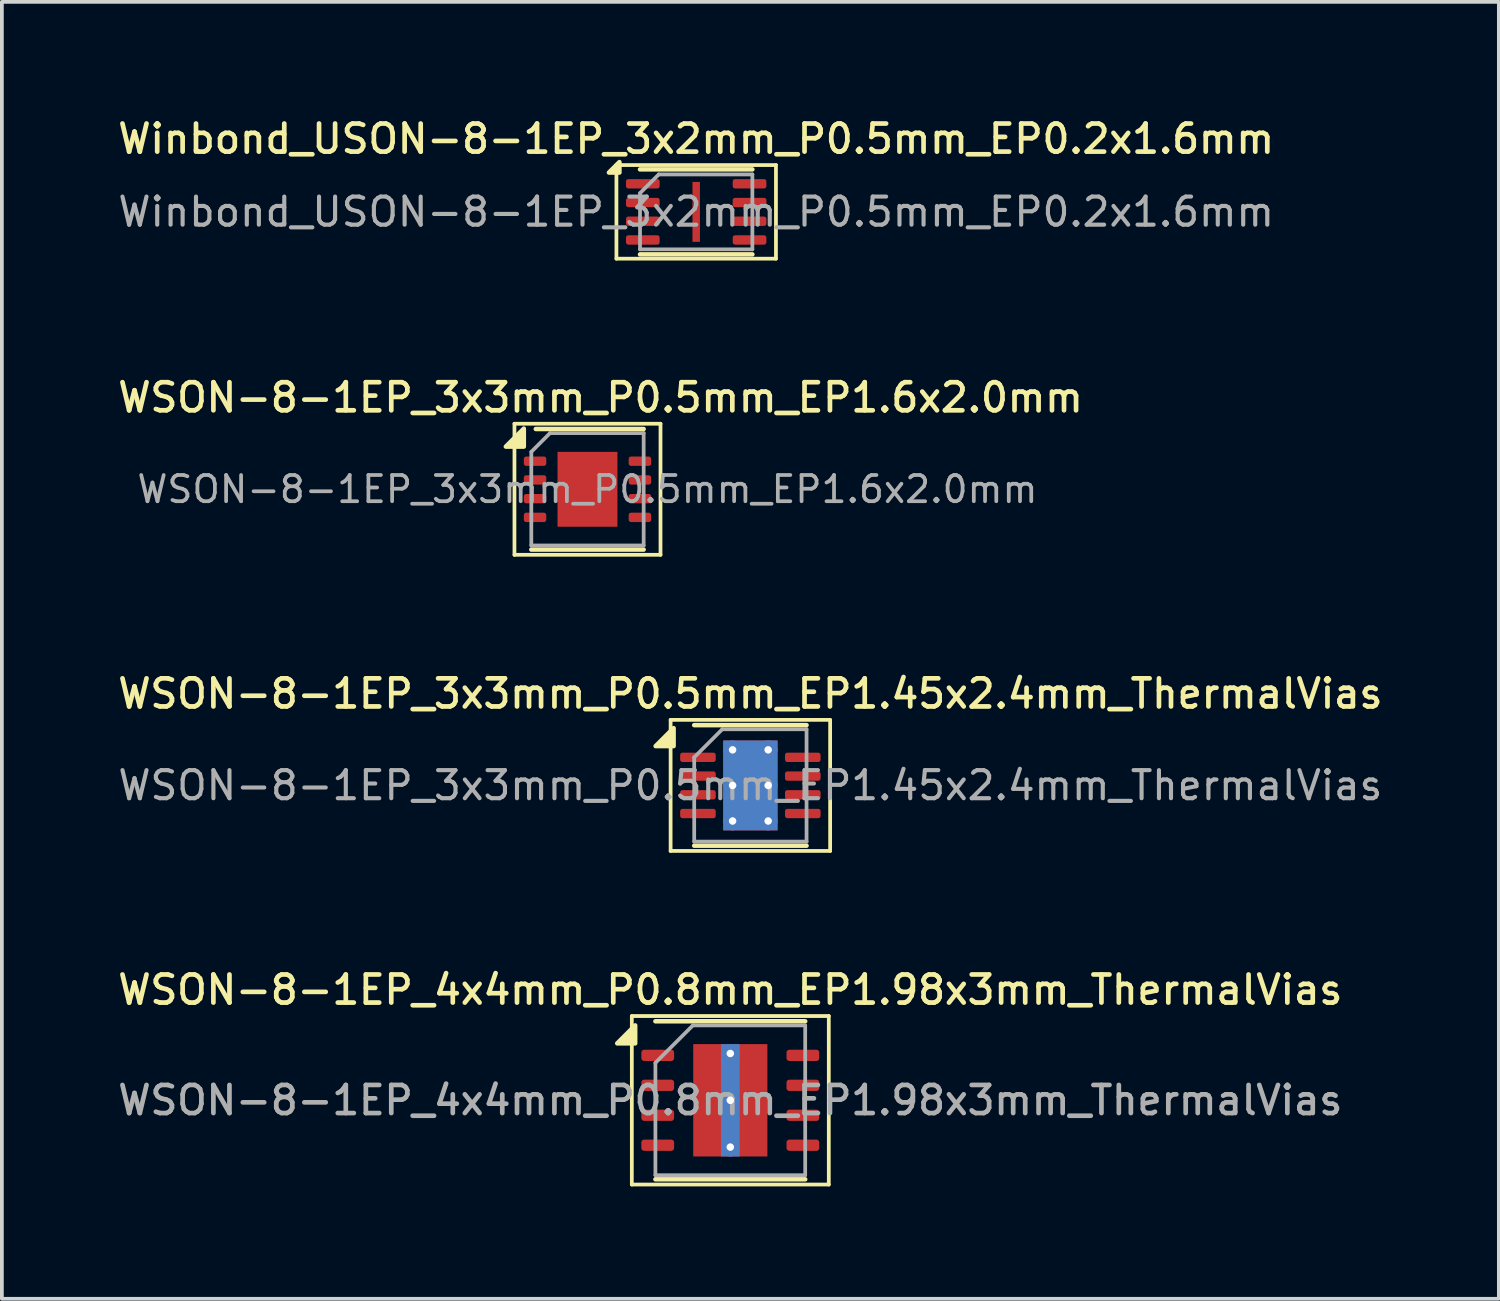
<source format=kicad_pcb>
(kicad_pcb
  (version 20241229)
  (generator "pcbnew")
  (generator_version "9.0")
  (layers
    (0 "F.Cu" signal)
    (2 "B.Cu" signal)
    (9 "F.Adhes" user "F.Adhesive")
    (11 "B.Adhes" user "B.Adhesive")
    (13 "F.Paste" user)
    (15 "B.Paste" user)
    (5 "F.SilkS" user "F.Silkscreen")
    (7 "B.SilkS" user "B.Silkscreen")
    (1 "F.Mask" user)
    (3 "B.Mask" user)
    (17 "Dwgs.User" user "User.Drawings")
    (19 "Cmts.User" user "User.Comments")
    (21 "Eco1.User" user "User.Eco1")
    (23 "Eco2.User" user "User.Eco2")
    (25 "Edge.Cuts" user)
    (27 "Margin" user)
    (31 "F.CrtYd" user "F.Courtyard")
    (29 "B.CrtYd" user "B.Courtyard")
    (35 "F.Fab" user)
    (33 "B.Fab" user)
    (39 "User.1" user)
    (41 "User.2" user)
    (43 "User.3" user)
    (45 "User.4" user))
  (footprint "WSON-8-1EP_3x3mm_P0.5mm_EP1.6x2.0mm"
    (layer "F.Cu")
    (at 12.638 10.016)
    (property "Reference" "WSON-8-1EP_3x3mm_P0.5mm_EP1.6x2.0mm" (at 0.35 -2.45 0) (layer "F.SilkS") (effects (font (size 0.75 0.75) (thickness 0.125))))
    (attr smd)
    (fp_line (start -1.95 -1.75) (end -1.95 1.75) (stroke (width 0.1) (type solid)) (layer "F.SilkS"))
    (fp_line (start -1.95 -1.75) (end 1.95 -1.75) (stroke (width 0.1) (type solid)) (layer "F.SilkS"))
    (fp_line (start -1.95 1.75) (end 1.95 1.75) (stroke (width 0.1) (type solid)) (layer "F.SilkS"))
    (fp_line (start -1.5 1.61) (end 1.5 1.61) (stroke (width 0.12) (type solid)) (layer "F.SilkS"))
    (fp_line (start -1.38 -1.61) (end 1.5 -1.61) (stroke (width 0.12) (type solid)) (layer "F.SilkS"))
    (fp_line (start 1.95 -1.75) (end 1.95 1.75) (stroke (width 0.1) (type solid)) (layer "F.SilkS"))
    (fp_poly (pts (xy -1.7 -1.14) (xy -2.18 -1.14) (xy -1.7 -1.62) (xy -1.7 -1.14)) (stroke (width 0.12) (type solid)) (fill yes) (layer "F.SilkS"))
    (fp_line (start -1.5 1.5) (end -1.5 -1) (stroke (width 0.1) (type solid)) (layer "F.Fab"))
    (fp_line (start -1 -1.5) (end -1.5 -1) (stroke (width 0.1) (type solid)) (layer "F.Fab"))
    (fp_line (start -1 -1.5) (end 1.5 -1.5) (stroke (width 0.1) (type solid)) (layer "F.Fab"))
    (fp_line (start 1.5 -1.5) (end 1.5 1.5) (stroke (width 0.1) (type solid)) (layer "F.Fab"))
    (fp_line (start 1.5 1.5) (end -1.5 1.5) (stroke (width 0.1) (type solid)) (layer "F.Fab"))
    (fp_text user "${REFERENCE}" (at 0 0 0) (layer "F.Fab") (effects (font (size 0.7 0.7) (thickness 0.1))))
    (pad "" smd rect (at -0.45 -0.55) (size 0.6 0.8) (layers "F.Paste"))
    (pad "" smd rect (at -0.45 0.55) (size 0.6 0.8) (layers "F.Paste"))
    (pad "" smd rect (at 0.45 -0.55) (size 0.6 0.8) (layers "F.Paste"))
    (pad "" smd rect (at 0.45 0.55) (size 0.6 0.8) (layers "F.Paste"))
    (pad "1" smd roundrect (at -1.4 -0.75) (size 0.6 0.25) (layers "F.Cu" "F.Mask" "F.Paste") (roundrect_rratio 0.25))
    (pad "2" smd roundrect (at -1.4 -0.25) (size 0.6 0.25) (layers "F.Cu" "F.Mask" "F.Paste") (roundrect_rratio 0.25))
    (pad "3" smd roundrect (at -1.4 0.25) (size 0.6 0.25) (layers "F.Cu" "F.Mask" "F.Paste") (roundrect_rratio 0.25))
    (pad "4" smd roundrect (at -1.4 0.75) (size 0.6 0.25) (layers "F.Cu" "F.Mask" "F.Paste") (roundrect_rratio 0.25))
    (pad "5" smd roundrect (at 1.4 0.75) (size 0.6 0.25) (layers "F.Cu" "F.Mask" "F.Paste") (roundrect_rratio 0.25))
    (pad "6" smd roundrect (at 1.4 0.25) (size 0.6 0.25) (layers "F.Cu" "F.Mask" "F.Paste") (roundrect_rratio 0.25))
    (pad "7" smd roundrect (at 1.4 -0.25) (size 0.6 0.25) (layers "F.Cu" "F.Mask" "F.Paste") (roundrect_rratio 0.25))
    (pad "8" smd roundrect (at 1.4 -0.75) (size 0.6 0.25) (layers "F.Cu" "F.Mask" "F.Paste") (roundrect_rratio 0.25))
    (pad "9" smd rect (at 0 0) (size 1.6 2) (layers "F.Cu" "F.Mask")))
  (footprint "WSON-8-1EP_3x3mm_P0.5mm_EP1.45x2.4mm_ThermalVias"
    (layer "F.Cu")
    (at 16.988 17.924)
    (property "Reference" "WSON-8-1EP_3x3mm_P0.5mm_EP1.45x2.4mm_ThermalVias" (at 0 -2.45 0) (layer "F.SilkS") (effects (font (size 0.75 0.75) (thickness 0.125))))
    (attr smd)
    (fp_line (start -2.13 -1.75) (end -2.13 1.75) (stroke (width 0.1) (type solid)) (layer "F.SilkS"))
    (fp_line (start -2.13 1.75) (end 2.13 1.75) (stroke (width 0.1) (type solid)) (layer "F.SilkS"))
    (fp_line (start -1.5 -1.61) (end 1.5 -1.61) (stroke (width 0.12) (type solid)) (layer "F.SilkS"))
    (fp_line (start -1.5 1.61) (end 1.5 1.61) (stroke (width 0.12) (type solid)) (layer "F.SilkS"))
    (fp_line (start 2.13 -1.75) (end -2.13 -1.75) (stroke (width 0.1) (type solid)) (layer "F.SilkS"))
    (fp_line (start 2.13 1.75) (end 2.13 -1.75) (stroke (width 0.1) (type solid)) (layer "F.SilkS"))
    (fp_poly (pts (xy -2.05 -1.05) (xy -2.53 -1.05) (xy -2.05 -1.53) (xy -2.05 -1.05)) (stroke (width 0.12) (type solid)) (fill yes) (layer "F.SilkS"))
    (fp_line (start -1.5 -0.75) (end -0.75 -1.5) (stroke (width 0.1) (type solid)) (layer "F.Fab"))
    (fp_line (start -1.5 1.5) (end -1.5 -0.75) (stroke (width 0.1) (type solid)) (layer "F.Fab"))
    (fp_line (start -0.75 -1.5) (end 1.5 -1.5) (stroke (width 0.1) (type solid)) (layer "F.Fab"))
    (fp_line (start 1.5 -1.5) (end 1.5 1.5) (stroke (width 0.1) (type solid)) (layer "F.Fab"))
    (fp_line (start 1.5 1.5) (end -1.5 1.5) (stroke (width 0.1) (type solid)) (layer "F.Fab"))
    (fp_text user "${REFERENCE}" (at 0 0 0) (layer "F.Fab") (effects (font (size 0.75 0.75) (thickness 0.11))))
    (pad "" smd roundrect (at 0 -0.6) (size 1.26 1.04) (layers "F.Paste") (roundrect_rratio 0.24))
    (pad "" smd roundrect (at 0 0.6) (size 1.26 1.04) (layers "F.Paste") (roundrect_rratio 0.24))
    (pad "1" smd roundrect (at -1.4 -0.75) (size 0.95 0.25) (layers "F.Cu" "F.Mask" "F.Paste") (roundrect_rratio 0.25))
    (pad "2" smd roundrect (at -1.4 -0.25) (size 0.95 0.25) (layers "F.Cu" "F.Mask" "F.Paste") (roundrect_rratio 0.25))
    (pad "3" smd roundrect (at -1.4 0.25) (size 0.95 0.25) (layers "F.Cu" "F.Mask" "F.Paste") (roundrect_rratio 0.25))
    (pad "4" smd roundrect (at -1.4 0.75) (size 0.95 0.25) (layers "F.Cu" "F.Mask" "F.Paste") (roundrect_rratio 0.25))
    (pad "5" smd roundrect (at 1.4 0.75) (size 0.95 0.25) (layers "F.Cu" "F.Mask" "F.Paste") (roundrect_rratio 0.25))
    (pad "6" smd roundrect (at 1.4 0.25) (size 0.95 0.25) (layers "F.Cu" "F.Mask" "F.Paste") (roundrect_rratio 0.25))
    (pad "7" smd roundrect (at 1.4 -0.25) (size 0.95 0.25) (layers "F.Cu" "F.Mask" "F.Paste") (roundrect_rratio 0.25))
    (pad "8" smd roundrect (at 1.4 -0.75) (size 0.95 0.25) (layers "F.Cu" "F.Mask" "F.Paste") (roundrect_rratio 0.25))
    (pad "9" thru_hole circle (at -0.475 -0.95) (size 0.5 0.5) (drill 0.2) (property pad_prop_heatsink) (layers "*.Cu"))
    (pad "9" thru_hole circle (at -0.475 0) (size 0.5 0.5) (drill 0.2) (property pad_prop_heatsink) (layers "*.Cu"))
    (pad "9" thru_hole circle (at -0.475 0.95) (size 0.5 0.5) (drill 0.2) (property pad_prop_heatsink) (layers "*.Cu"))
    (pad "9" smd rect (at 0 0) (size 1.45 2.4) (property pad_prop_heatsink) (layers "F.Cu" "F.Mask"))
    (pad "9" smd rect (at 0 0) (size 1.45 2.4) (property pad_prop_heatsink) (layers "B.Cu"))
    (pad "9" thru_hole circle (at 0.475 -0.95) (size 0.5 0.5) (drill 0.2) (property pad_prop_heatsink) (layers "*.Cu"))
    (pad "9" thru_hole circle (at 0.475 0) (size 0.5 0.5) (drill 0.2) (property pad_prop_heatsink) (layers "*.Cu"))
    (pad "9" thru_hole circle (at 0.475 0.95) (size 0.5 0.5) (drill 0.2) (property pad_prop_heatsink) (layers "*.Cu")))
  (footprint "Winbond_USON-8-1EP_3x2mm_P0.5mm_EP0.2x1.6mm"
    (layer "F.Cu")
    (at 15.541 2.608)
    (property "Reference" "Winbond_USON-8-1EP_3x2mm_P0.5mm_EP0.2x1.6mm" (at 0 -1.95 0) (layer "F.SilkS") (effects (font (size 0.75 0.75) (thickness 0.125))))
    (attr smd)
    (fp_line (start -2.13 -1.25) (end -2.13 1.25) (stroke (width 0.1) (type solid)) (layer "F.SilkS"))
    (fp_line (start -2.13 1.25) (end 2.13 1.25) (stroke (width 0.1) (type solid)) (layer "F.SilkS"))
    (fp_line (start -1.5 -1.135) (end 1.5 -1.135) (stroke (width 0.12) (type solid)) (layer "F.SilkS"))
    (fp_line (start -1.5 1.135) (end 1.5 1.135) (stroke (width 0.12) (type solid)) (layer "F.SilkS"))
    (fp_line (start 2.13 -1.25) (end -2.13 -1.25) (stroke (width 0.1) (type solid)) (layer "F.SilkS"))
    (fp_line (start 2.13 1.25) (end 2.13 -1.25) (stroke (width 0.1) (type solid)) (layer "F.SilkS"))
    (fp_poly (pts (xy -2.05 -1.05) (xy -2.33 -1.05) (xy -2.05 -1.33) (xy -2.05 -1.05)) (stroke (width 0.12) (type solid)) (fill yes) (layer "F.SilkS"))
    (fp_line (start -1.5 -0.5) (end -1 -1) (stroke (width 0.1) (type solid)) (layer "F.Fab"))
    (fp_line (start -1.5 1) (end -1.5 -0.5) (stroke (width 0.1) (type solid)) (layer "F.Fab"))
    (fp_line (start -1 -1) (end 1.5 -1) (stroke (width 0.1) (type solid)) (layer "F.Fab"))
    (fp_line (start 1.5 -1) (end 1.5 1) (stroke (width 0.1) (type solid)) (layer "F.Fab"))
    (fp_line (start 1.5 1) (end -1.5 1) (stroke (width 0.1) (type solid)) (layer "F.Fab"))
    (fp_text user "${REFERENCE}" (at 0 0 0) (layer "F.Fab") (effects (font (size 0.75 0.75) (thickness 0.11))))
    (pad "" smd roundrect (at 0 0) (size 0.16 1.29) (layers "F.Paste") (roundrect_rratio 0.25))
    (pad "1" smd roundrect (at -1.425 -0.75) (size 0.9 0.25) (layers "F.Cu" "F.Mask" "F.Paste") (roundrect_rratio 0.25))
    (pad "2" smd roundrect (at -1.425 -0.25) (size 0.9 0.25) (layers "F.Cu" "F.Mask" "F.Paste") (roundrect_rratio 0.25))
    (pad "3" smd roundrect (at -1.425 0.25) (size 0.9 0.25) (layers "F.Cu" "F.Mask" "F.Paste") (roundrect_rratio 0.25))
    (pad "4" smd roundrect (at -1.425 0.75) (size 0.9 0.25) (layers "F.Cu" "F.Mask" "F.Paste") (roundrect_rratio 0.25))
    (pad "5" smd roundrect (at 1.425 0.75) (size 0.9 0.25) (layers "F.Cu" "F.Mask" "F.Paste") (roundrect_rratio 0.25))
    (pad "6" smd roundrect (at 1.425 0.25) (size 0.9 0.25) (layers "F.Cu" "F.Mask" "F.Paste") (roundrect_rratio 0.25))
    (pad "7" smd roundrect (at 1.425 -0.25) (size 0.9 0.25) (layers "F.Cu" "F.Mask" "F.Paste") (roundrect_rratio 0.25))
    (pad "8" smd roundrect (at 1.425 -0.75) (size 0.9 0.25) (layers "F.Cu" "F.Mask" "F.Paste") (roundrect_rratio 0.25))
    (pad "9" smd rect (at 0 0) (size 0.2 1.6) (property pad_prop_heatsink) (layers "F.Cu" "F.Mask")))
  (footprint "WSON-8-1EP_4x4mm_P0.8mm_EP1.98x3mm_ThermalVias"
    (layer "F.Cu")
    (at 16.452 26.332)
    (property "Reference" "WSON-8-1EP_4x4mm_P0.8mm_EP1.98x3mm_ThermalVias" (at 0 -2.95 0) (layer "F.SilkS") (effects (font (size 0.75 0.75) (thickness 0.125))))
    (attr smd)
    (fp_line (start -2.63 -2.25) (end -2.63 2.25) (stroke (width 0.1) (type solid)) (layer "F.SilkS"))
    (fp_line (start -2.63 2.25) (end 2.63 2.25) (stroke (width 0.1) (type solid)) (layer "F.SilkS"))
    (fp_line (start -2 -2.11) (end 2 -2.11) (stroke (width 0.12) (type solid)) (layer "F.SilkS"))
    (fp_line (start -2 2.11) (end 2 2.11) (stroke (width 0.12) (type solid)) (layer "F.SilkS"))
    (fp_line (start 2.63 -2.25) (end -2.63 -2.25) (stroke (width 0.1) (type solid)) (layer "F.SilkS"))
    (fp_line (start 2.63 2.25) (end 2.63 -2.25) (stroke (width 0.1) (type solid)) (layer "F.SilkS"))
    (fp_poly (pts (xy -2.54 -1.52) (xy -3.02 -1.52) (xy -2.54 -2) (xy -2.54 -1.52)) (stroke (width 0.12) (type solid)) (fill yes) (layer "F.SilkS"))
    (fp_line (start -2 -1) (end -1 -2) (stroke (width 0.1) (type solid)) (layer "F.Fab"))
    (fp_line (start -2 2) (end -2 -1) (stroke (width 0.1) (type solid)) (layer "F.Fab"))
    (fp_line (start -1 -2) (end 2 -2) (stroke (width 0.1) (type solid)) (layer "F.Fab"))
    (fp_line (start 2 -2) (end 2 2) (stroke (width 0.1) (type solid)) (layer "F.Fab"))
    (fp_line (start 2 2) (end -2 2) (stroke (width 0.1) (type solid)) (layer "F.Fab"))
    (fp_text user "${REFERENCE}" (at 0 0 0) (layer "F.Fab") (effects (font (size 0.75 0.75) (thickness 0.125))))
    (pad "" smd roundrect (at -0.495 -0.625) (size 0.798 1.008) (layers "F.Paste") (roundrect_rratio 0.25))
    (pad "" smd roundrect (at -0.495 0.625) (size 0.798 1.008) (layers "F.Paste") (roundrect_rratio 0.25))
    (pad "" smd roundrect (at 0.495 -0.625) (size 0.798 1.008) (layers "F.Paste") (roundrect_rratio 0.25))
    (pad "" smd roundrect (at 0.495 0.625) (size 0.798 1.008) (layers "F.Paste") (roundrect_rratio 0.25))
    (pad "1" smd roundrect (at -1.938 -1.2) (size 0.875 0.3) (layers "F.Cu" "F.Mask" "F.Paste") (roundrect_rratio 0.25))
    (pad "2" smd roundrect (at -1.938 -0.4) (size 0.875 0.3) (layers "F.Cu" "F.Mask" "F.Paste") (roundrect_rratio 0.25))
    (pad "3" smd roundrect (at -1.938 0.4) (size 0.875 0.3) (layers "F.Cu" "F.Mask" "F.Paste") (roundrect_rratio 0.25))
    (pad "4" smd roundrect (at -1.938 1.2) (size 0.875 0.3) (layers "F.Cu" "F.Mask" "F.Paste") (roundrect_rratio 0.25))
    (pad "5" smd roundrect (at 1.938 1.2) (size 0.875 0.3) (layers "F.Cu" "F.Mask" "F.Paste") (roundrect_rratio 0.25))
    (pad "6" smd roundrect (at 1.938 0.4) (size 0.875 0.3) (layers "F.Cu" "F.Mask" "F.Paste") (roundrect_rratio 0.25))
    (pad "7" smd roundrect (at 1.938 -0.4) (size 0.875 0.3) (layers "F.Cu" "F.Mask" "F.Paste") (roundrect_rratio 0.25))
    (pad "8" smd roundrect (at 1.938 -1.2) (size 0.875 0.3) (layers "F.Cu" "F.Mask" "F.Paste") (roundrect_rratio 0.25))
    (pad "9" thru_hole circle (at 0 -1.25) (size 0.5 0.5) (drill 0.2) (property pad_prop_heatsink) (layers "*.Cu"))
    (pad "9" thru_hole circle (at 0 0) (size 0.5 0.5) (drill 0.2) (property pad_prop_heatsink) (layers "*.Cu"))
    (pad "9" smd rect (at 0 0) (size 0.5 3) (property pad_prop_heatsink) (layers "B.Cu"))
    (pad "9" smd rect (at 0 0) (size 1.98 3) (property pad_prop_heatsink) (layers "F.Cu" "F.Mask"))
    (pad "9" thru_hole circle (at 0 1.25) (size 0.5 0.5) (drill 0.2) (property pad_prop_heatsink) (layers "*.Cu")))
  (gr_rect
    (start -3 -3)
    (end 36.975 31.633)
    (stroke (width 0.1) (type default))
    (fill no)
    (layer "Edge.Cuts")))
</source>
